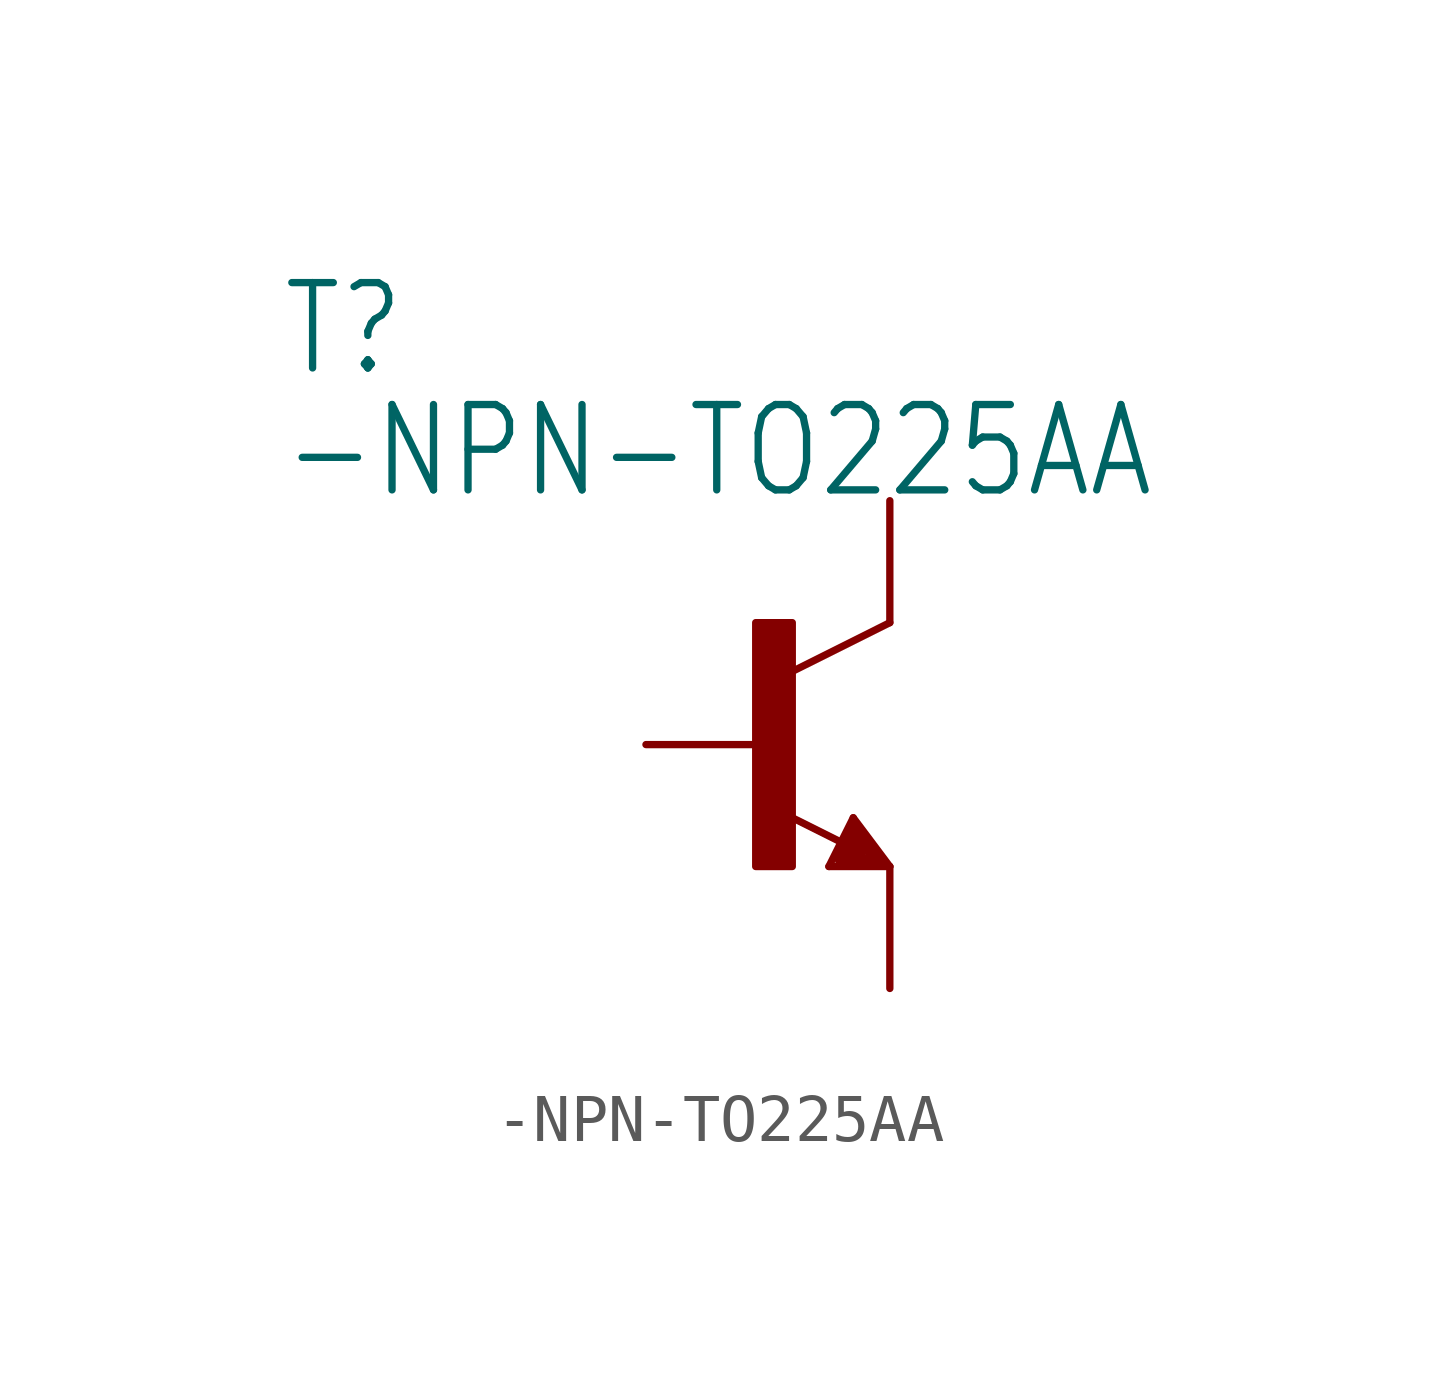
<source format=kicad_sym>
(kicad_symbol_lib
  (version 20211014)
  (generator kicad_symbol_editor)
  (symbol "-NPN-TO225AA"
    (property "Reference" "T"
      (at -10.16 7.62 0)
      (effects (font (size 1.778 1.511)) (justify left bottom)))
    (property "Value" "-NPN-TO225AA"
      (at -10.16 5.08 0)
      (effects (font (size 1.778 1.511)) (justify left bottom)))
    (property "ki_locked" ""
      (at 0 0 0)
      (effects (font (size 1.27 1.27))))
    (symbol "-NPN-TO225AA_1_0"
      (rectangle (start -0.254 -2.54) (end 0.508 2.54) (stroke (width 0) (type default) (color 0 0 0 0)) (fill (type outline)))
      (polyline (pts (xy 1.27 -2.54) (xy 1.778 -1.524)) (stroke (width 0.152) (type default) (color 0 0 0 0)) (fill (type none)))
      (polyline (pts (xy 1.524 -2.413) (xy 2.286 -2.413)) (stroke (width 0.254) (type default) (color 0 0 0 0)) (fill (type none)))
      (polyline (pts (xy 1.524 -2.286) (xy 1.905 -2.286)) (stroke (width 0.254) (type default) (color 0 0 0 0)) (fill (type none)))
      (polyline (pts (xy 1.54 -2.04) (xy 0.308 -1.424)) (stroke (width 0.152) (type default) (color 0 0 0 0)) (fill (type none)))
      (polyline (pts (xy 1.778 -1.778) (xy 1.524 -2.286)) (stroke (width 0.254) (type default) (color 0 0 0 0)) (fill (type none)))
      (polyline (pts (xy 1.778 -1.524) (xy 2.54 -2.54)) (stroke (width 0.152) (type default) (color 0 0 0 0)) (fill (type none)))
      (polyline (pts (xy 1.905 -2.286) (xy 1.778 -2.032)) (stroke (width 0.254) (type default) (color 0 0 0 0)) (fill (type none)))
      (polyline (pts (xy 2.286 -2.413) (xy 1.778 -1.778)) (stroke (width 0.254) (type default) (color 0 0 0 0)) (fill (type none)))
      (polyline (pts (xy 2.54 -2.54) (xy 1.27 -2.54)) (stroke (width 0.152) (type default) (color 0 0 0 0)) (fill (type none)))
      (polyline (pts (xy 2.54 2.54) (xy 0.508 1.524)) (stroke (width 0.152) (type default) (color 0 0 0 0)) (fill (type none)))
      (pin passive line (at -2.54 0 0) (length 2.54) (name "B" (effects (font (size 0 0)))) (number "1" (effects (font (size 0 0)))))
      (pin passive line (at 2.54 5.08 270) (length 2.54) (name "C" (effects (font (size 0 0)))) (number "2" (effects (font (size 0 0)))))
      (pin passive line (at 2.54 -5.08 90) (length 2.54) (name "E" (effects (font (size 0 0)))) (number "3" (effects (font (size 0 0))))))))
</source>
